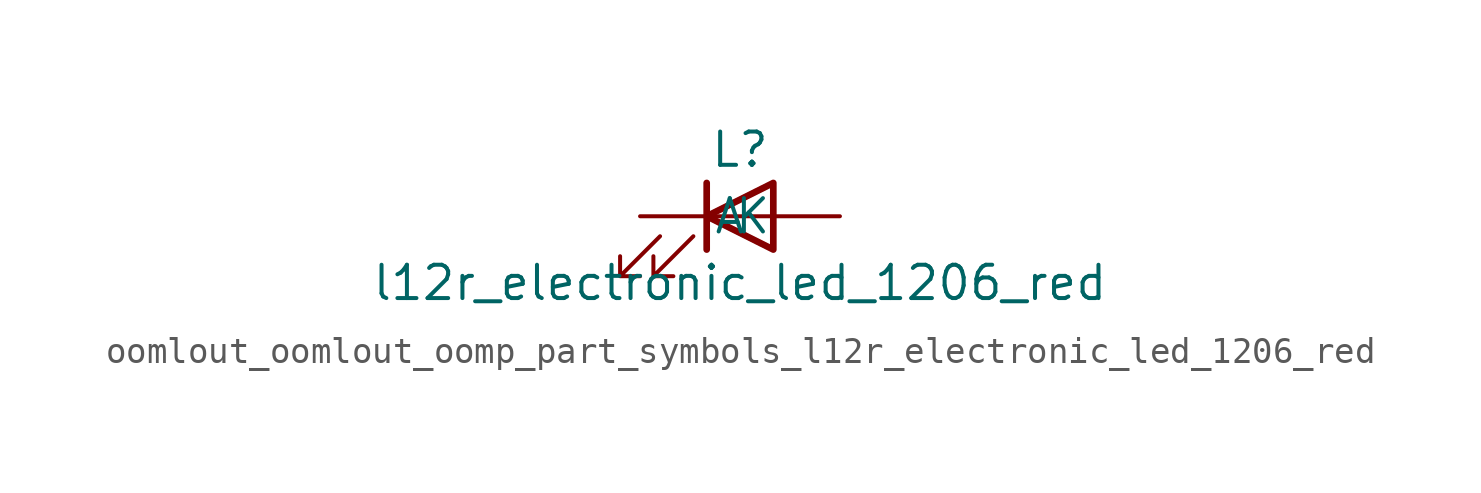
<source format=kicad_sym>
(kicad_symbol_lib
  (version 20220914)
  (generator kicad_symbol_editor)
  (symbol "oomlout_oomlout_oomp_part_symbols_l12r_electronic_led_1206_red"
    (pin_numbers hide)
    (pin_names
      (offset 1.016))
    (property "Reference" "L"
      (at 0 2.54 0)
      (effects (font (size 1.27 1.27))))
    (property "Value" "l12r_electronic_led_1206_red"
      (at 0 -2.54 0)
      (effects (font (size 1.27 1.27))))
    (symbol "oomlout_oomlout_oomp_part_symbols_l12r_electronic_led_1206_red_0_1"
      (polyline (pts (xy -1.27 -1.27) (xy -1.27 1.27)) (stroke (width 0.254) (type default)) (fill (type none)))
      (polyline (pts (xy -1.27 0) (xy 1.27 0)) (stroke (width 0) (type default)) (fill (type none)))
      (polyline (pts (xy 1.27 -1.27) (xy 1.27 1.27) (xy -1.27 0) (xy 1.27 -1.27)) (stroke (width 0.254) (type default)) (fill (type none)))
      (polyline (pts (xy -3.048 -0.762) (xy -4.572 -2.286) (xy -3.81 -2.286) (xy -4.572 -2.286) (xy -4.572 -1.524)) (stroke (width 0) (type default)) (fill (type none)))
      (polyline (pts (xy -1.778 -0.762) (xy -3.302 -2.286) (xy -2.54 -2.286) (xy -3.302 -2.286) (xy -3.302 -1.524)) (stroke (width 0) (type default)) (fill (type none))))
    (symbol "oomlout_oomlout_oomp_part_symbols_l12r_electronic_led_1206_red_1_1"
      (pin passive line (at -3.81 0 0) (length 2.54) (name "K" (effects (font (size 1.27 1.27)))) (number "1" (effects (font (size 1.27 1.27)))))
      (pin passive line (at 3.81 0 180) (length 2.54) (name "A" (effects (font (size 1.27 1.27)))) (number "2" (effects (font (size 1.27 1.27))))))))
</source>
